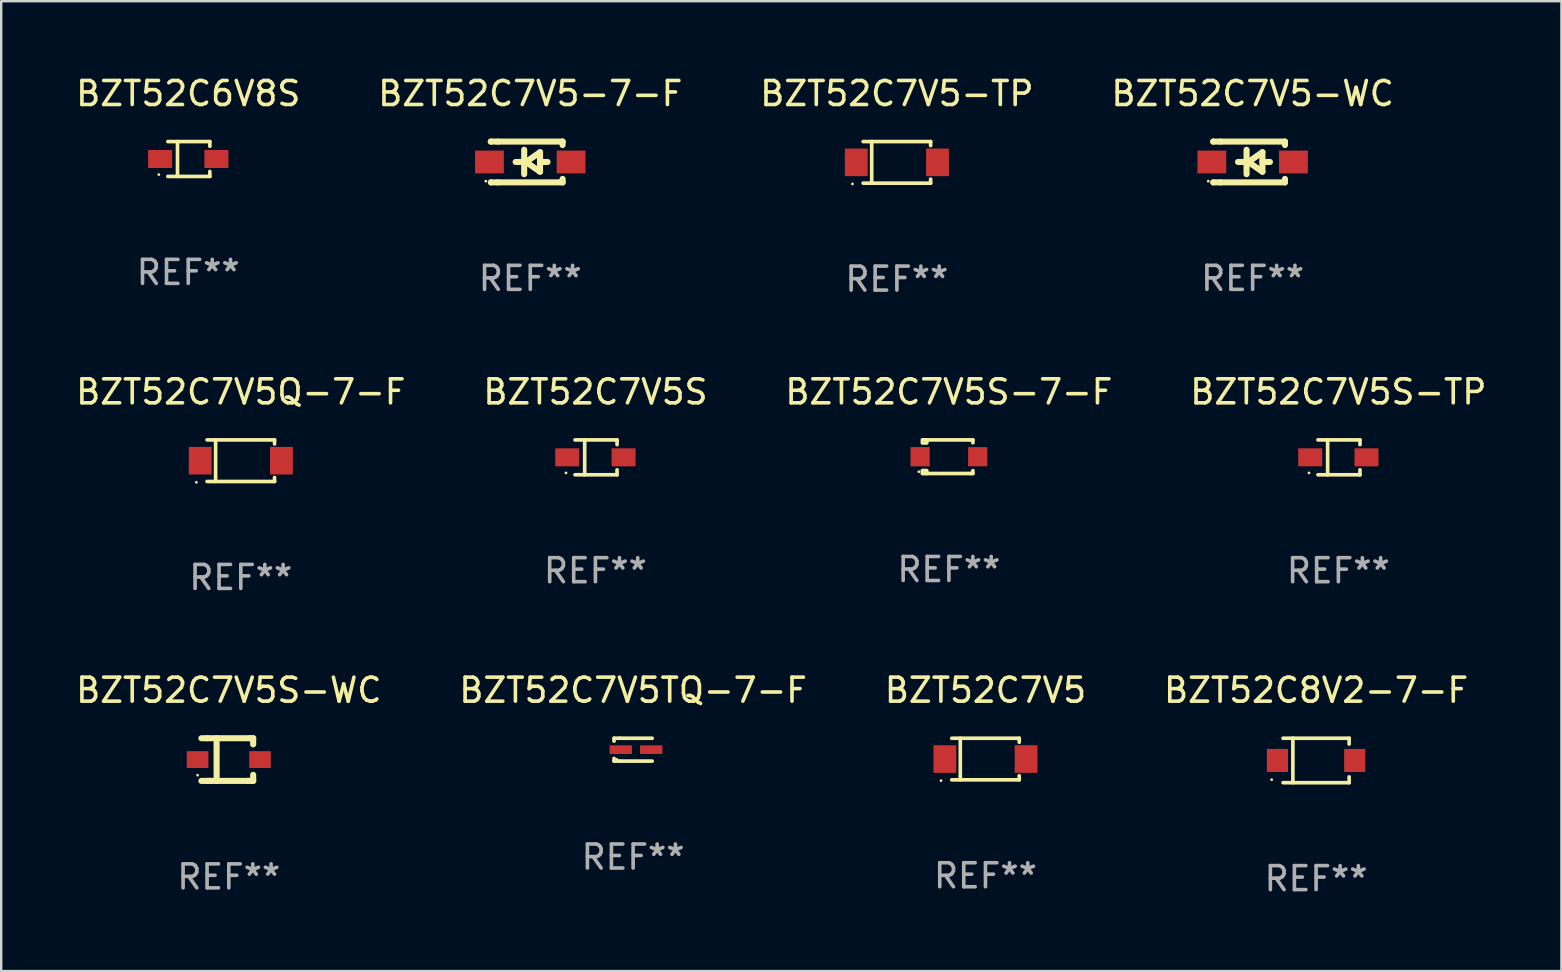
<source format=kicad_pcb>
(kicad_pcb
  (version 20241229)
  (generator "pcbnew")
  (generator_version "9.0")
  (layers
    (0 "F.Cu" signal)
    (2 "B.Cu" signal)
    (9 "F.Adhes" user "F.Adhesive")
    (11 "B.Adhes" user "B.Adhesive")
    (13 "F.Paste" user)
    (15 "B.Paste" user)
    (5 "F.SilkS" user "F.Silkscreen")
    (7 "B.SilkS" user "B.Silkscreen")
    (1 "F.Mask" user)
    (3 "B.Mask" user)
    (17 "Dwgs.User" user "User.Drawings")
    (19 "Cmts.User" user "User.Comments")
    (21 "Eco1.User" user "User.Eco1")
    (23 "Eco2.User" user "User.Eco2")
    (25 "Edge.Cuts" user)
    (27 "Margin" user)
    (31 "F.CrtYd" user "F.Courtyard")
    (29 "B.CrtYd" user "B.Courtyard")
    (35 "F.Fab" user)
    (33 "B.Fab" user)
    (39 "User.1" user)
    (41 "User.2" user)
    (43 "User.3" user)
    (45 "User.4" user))
  (footprint "BZT52C8V2-7-F"
    (layer "F.Cu")
    (at 51.78 28.632)
    (property "Reference" "BZT52C8V2-7-F" (at 0 -2.926 0) (layer "F.SilkS") (effects (font (size 1 1) (thickness 0.15))))
    (attr through_hole)
    (fp_line (start -1.376 -0.926) (end 1.376 -0.926) (stroke (width 0.152) (type solid)) (layer "F.SilkS"))
    (fp_line (start -1.376 0.926) (end 1.376 0.926) (stroke (width 0.152) (type solid)) (layer "F.SilkS"))
    (fp_line (start -0.967 -0.926) (end -0.967 0.926) (stroke (width 0.152) (type solid)) (layer "F.SilkS"))
    (fp_line (start 1.376 -0.926) (end 1.376 -0.683) (stroke (width 0.152) (type solid)) (layer "F.SilkS"))
    (fp_line (start 1.376 0.926) (end 1.376 0.683) (stroke (width 0.152) (type solid)) (layer "F.SilkS"))
    (fp_circle (center -1.851 0.8) (end -1.821 0.8) (stroke (width 0.06) (type solid)) (fill no) (layer "F.SilkS"))
    (fp_text user "REF**" (at 0 4.926 0) (layer "F.Fab") (effects (font (size 1 1) (thickness 0.15))))
    (pad "1" smd rect (at -1.61 0.000102) (size 0.88 0.96) (layers "F.Cu" "F.Mask" "F.Paste"))
    (pad "2" smd rect (at 1.61 0.000102) (size 0.88 0.96) (layers "F.Cu" "F.Mask" "F.Paste")))
  (footprint "BZT52C7V5S"
    (layer "F.Cu")
    (at 21.756 16.003)
    (property "Reference" "BZT52C7V5S" (at 0 -2.726 0) (layer "F.SilkS") (effects (font (size 1 1) (thickness 0.15))))
    (attr through_hole)
    (fp_line (start -0.851 -0.726) (end 0.901 -0.726) (stroke (width 0.152) (type solid)) (layer "F.SilkS"))
    (fp_line (start -0.851 0.726) (end 0.901 0.726) (stroke (width 0.152) (type solid)) (layer "F.SilkS"))
    (fp_line (start -0.447 -0.726) (end -0.447 0.726) (stroke (width 0.152) (type solid)) (layer "F.SilkS"))
    (fp_line (start 0.901 -0.726) (end 0.901 -0.53) (stroke (width 0.152) (type solid)) (layer "F.SilkS"))
    (fp_line (start 0.901 0.726) (end 0.901 0.52) (stroke (width 0.152) (type solid)) (layer "F.SilkS"))
    (fp_circle (center -1.225 0.65) (end -1.195 0.65) (stroke (width 0.06) (type solid)) (fill no) (layer "F.SilkS"))
    (fp_text user "REF**" (at 0 4.726 0) (layer "F.Fab") (effects (font (size 1 1) (thickness 0.15))))
    (pad "1" smd rect (at -1.173 0) (size 1 0.75) (layers "F.Cu" "F.Mask" "F.Paste"))
    (pad "2" smd rect (at 1.173 0) (size 1 0.75) (layers "F.Cu" "F.Mask" "F.Paste")))
  (footprint "BZT52C7V5S-7-F"
    (layer "F.Cu")
    (at 36.482 15.977)
    (property "Reference" "BZT52C7V5S-7-F" (at 0 -2.7 0) (layer "F.SilkS") (effects (font (size 1 1) (thickness 0.15))))
    (attr through_hole)
    (fp_line (start -1.1 -0.7) (end -1.1 -0.58) (stroke (width 0.152) (type solid)) (layer "F.SilkS"))
    (fp_line (start -1.1 0.58) (end -1.1 0.7) (stroke (width 0.152) (type solid)) (layer "F.SilkS"))
    (fp_line (start -1.1 0.58) (end -0.927 0.58) (stroke (width 0.152) (type solid)) (layer "F.SilkS"))
    (fp_line (start -1.1 0.7) (end 0.9 0.7) (stroke (width 0.152) (type solid)) (layer "F.SilkS"))
    (fp_line (start -1.014 -0.58) (end -1.014 -0.7) (stroke (width 0.152) (type solid)) (layer "F.SilkS"))
    (fp_line (start -1.014 0.7) (end -1.014 0.58) (stroke (width 0.152) (type solid)) (layer "F.SilkS"))
    (fp_line (start -0.927 -0.7) (end -0.927 -0.58) (stroke (width 0.152) (type solid)) (layer "F.SilkS"))
    (fp_line (start -0.927 -0.58) (end -1.1 -0.58) (stroke (width 0.152) (type solid)) (layer "F.SilkS"))
    (fp_line (start -0.927 0.58) (end -0.927 0.7) (stroke (width 0.152) (type solid)) (layer "F.SilkS"))
    (fp_line (start 0.9 -0.7) (end -1.1 -0.7) (stroke (width 0.152) (type solid)) (layer "F.SilkS"))
    (fp_line (start 0.9 0.7) (end 1 0.7) (stroke (width 0.152) (type solid)) (layer "F.SilkS"))
    (fp_line (start 1 -0.7) (end 0.9 -0.7) (stroke (width 0.152) (type solid)) (layer "F.SilkS"))
    (fp_line (start 1 -0.58) (end 1 -0.7) (stroke (width 0.152) (type solid)) (layer "F.SilkS"))
    (fp_line (start 1 0.7) (end 1 0.58) (stroke (width 0.152) (type solid)) (layer "F.SilkS"))
    (fp_circle (center -1.25 0.625) (end -1.22 0.625) (stroke (width 0.06) (type solid)) (fill no) (layer "F.SilkS"))
    (fp_text user "REF**" (at 0 4.7 0) (layer "F.Fab") (effects (font (size 1 1) (thickness 0.15))))
    (pad "1" smd rect (at -1.2 0) (size 0.8 0.8) (layers "F.Cu" "F.Mask" "F.Paste"))
    (pad "2" smd rect (at 1.2 0) (size 0.8 0.8) (layers "F.Cu" "F.Mask" "F.Paste")))
  (footprint "BZT52C7V5TQ-7-F"
    (layer "F.Cu")
    (at 23.327 28.182)
    (property "Reference" "BZT52C7V5TQ-7-F" (at 0 -2.476 0) (layer "F.SilkS") (effects (font (size 1 1) (thickness 0.15))))
    (attr through_hole)
    (fp_line (start -0.795 -0.476) (end -0.795 -0.356) (stroke (width 0.152) (type solid)) (layer "F.SilkS"))
    (fp_line (start -0.795 0.363) (end -0.795 0.476) (stroke (width 0.152) (type solid)) (layer "F.SilkS"))
    (fp_line (start -0.795 0.476) (end -0.557 0.476) (stroke (width 0.152) (type solid)) (layer "F.SilkS"))
    (fp_line (start -0.557 -0.476) (end -0.795 -0.476) (stroke (width 0.152) (type solid)) (layer "F.SilkS"))
    (fp_line (start -0.557 -0.476) (end 0.795 -0.476) (stroke (width 0.152) (type solid)) (layer "F.SilkS"))
    (fp_line (start -0.557 0.476) (end 0.795 0.476) (stroke (width 0.152) (type solid)) (layer "F.SilkS"))
    (fp_circle (center -0.681 0.4) (end -0.651 0.4) (stroke (width 0.06) (type solid)) (fill no) (layer "F.SilkS"))
    (fp_text user "REF**" (at 0 4.476 0) (layer "F.Fab") (effects (font (size 1 1) (thickness 0.15))))
    (pad "1" smd rect (at -0.516 0 180) (size 0.93 0.36) (layers "F.Cu" "F.Mask" "F.Paste"))
    (pad "2" smd rect (at 0.754 0 180) (size 0.93 0.36) (layers "F.Cu" "F.Mask" "F.Paste")))
  (footprint "BZT52C7V5S-TP"
    (layer "F.Cu")
    (at 52.708 16.003)
    (property "Reference" "BZT52C7V5S-TP" (at 0 -2.726 0) (layer "F.SilkS") (effects (font (size 1 1) (thickness 0.15))))
    (attr through_hole)
    (fp_line (start -0.851 -0.726) (end 0.901 -0.726) (stroke (width 0.152) (type solid)) (layer "F.SilkS"))
    (fp_line (start -0.851 0.726) (end 0.901 0.726) (stroke (width 0.152) (type solid)) (layer "F.SilkS"))
    (fp_line (start -0.447 -0.726) (end -0.447 0.726) (stroke (width 0.152) (type solid)) (layer "F.SilkS"))
    (fp_line (start 0.901 -0.726) (end 0.901 -0.53) (stroke (width 0.152) (type solid)) (layer "F.SilkS"))
    (fp_line (start 0.901 0.726) (end 0.901 0.52) (stroke (width 0.152) (type solid)) (layer "F.SilkS"))
    (fp_circle (center -1.225 0.65) (end -1.195 0.65) (stroke (width 0.06) (type solid)) (fill no) (layer "F.SilkS"))
    (fp_text user "REF**" (at 0 4.726 0) (layer "F.Fab") (effects (font (size 1 1) (thickness 0.15))))
    (pad "1" smd rect (at -1.173 0) (size 1 0.75) (layers "F.Cu" "F.Mask" "F.Paste"))
    (pad "2" smd rect (at 1.173 0) (size 1 0.75) (layers "F.Cu" "F.Mask" "F.Paste")))
  (footprint "BZT52C7V5S-WC"
    (layer "F.Cu")
    (at 6.482 28.595)
    (property "Reference" "BZT52C7V5S-WC" (at 0 -2.889 0) (layer "F.SilkS") (effects (font (size 1 1) (thickness 0.15))))
    (attr through_hole)
    (fp_line (start -0.889 -0.889) (end -1.143 -0.889) (stroke (width 0.254) (type solid)) (layer "F.SilkS"))
    (fp_line (start -0.889 -0.889) (end 0.889 -0.889) (stroke (width 0.254) (type solid)) (layer "F.SilkS"))
    (fp_line (start -0.889 0.889) (end 0.889 0.889) (stroke (width 0.254) (type solid)) (layer "F.SilkS"))
    (fp_line (start -0.728 0.889) (end -1.143 0.889) (stroke (width 0.254) (type solid)) (layer "F.SilkS"))
    (fp_line (start -0.508 -0.889) (end -0.508 0.889) (stroke (width 0.254) (type solid)) (layer "F.SilkS"))
    (fp_line (start 0.763 0.889) (end 1.016 0.889) (stroke (width 0.254) (type solid)) (layer "F.SilkS"))
    (fp_line (start 0.889 -0.889) (end 1.016 -0.889) (stroke (width 0.254) (type solid)) (layer "F.SilkS"))
    (fp_line (start 1.016 -0.889) (end 1.016 -0.635) (stroke (width 0.254) (type solid)) (layer "F.SilkS"))
    (fp_line (start 1.016 0.889) (end 1.016 0.635) (stroke (width 0.254) (type solid)) (layer "F.SilkS"))
    (fp_circle (center -1.3 0.65) (end -1.27 0.65) (stroke (width 0.06) (type solid)) (fill no) (layer "F.SilkS"))
    (fp_text user "REF**" (at 0 4.889 0) (layer "F.Fab") (effects (font (size 1 1) (thickness 0.15))))
    (pad "1" smd rect (at -1.3 0) (size 0.9 0.7) (layers "F.Cu" "F.Mask" "F.Paste"))
    (pad "2" smd rect (at 1.3 0) (size 0.9 0.7) (layers "F.Cu" "F.Mask" "F.Paste")))
  (footprint "BZT52C7V5"
    (layer "F.Cu")
    (at 38.006 28.572)
    (property "Reference" "BZT52C7V5" (at 0 -2.866 0) (layer "F.SilkS") (effects (font (size 1 1) (thickness 0.15))))
    (attr through_hole)
    (fp_line (start -1.406 -0.866) (end 1.406 -0.866) (stroke (width 0.152) (type solid)) (layer "F.SilkS"))
    (fp_line (start -1.406 0.866) (end 1.406 0.866) (stroke (width 0.152) (type solid)) (layer "F.SilkS"))
    (fp_line (start -1.049 -0.866) (end -1.049 0.866) (stroke (width 0.152) (type solid)) (layer "F.SilkS"))
    (fp_line (start 1.406 -0.866) (end 1.406 -0.698) (stroke (width 0.152) (type solid)) (layer "F.SilkS"))
    (fp_line (start 1.406 0.866) (end 1.406 0.698) (stroke (width 0.152) (type solid)) (layer "F.SilkS"))
    (fp_circle (center -1.851 0.9) (end -1.821 0.9) (stroke (width 0.06) (type solid)) (fill no) (layer "F.SilkS"))
    (fp_text user "REF**" (at 0 4.866 0) (layer "F.Fab") (effects (font (size 1 1) (thickness 0.15))))
    (pad "1" smd rect (at -1.692 0) (size 0.95 1.15) (layers "F.Cu" "F.Mask" "F.Paste"))
    (pad "2" smd rect (at 1.692 0) (size 0.95 1.15) (layers "F.Cu" "F.Mask" "F.Paste")))
  (footprint "BZT52C7V5-TP"
    (layer "F.Cu")
    (at 34.315 3.714)
    (property "Reference" "BZT52C7V5-TP" (at 0 -2.866 0) (layer "F.SilkS") (effects (font (size 1 1) (thickness 0.15))))
    (attr through_hole)
    (fp_line (start -1.406 -0.866) (end 1.406 -0.866) (stroke (width 0.152) (type solid)) (layer "F.SilkS"))
    (fp_line (start -1.406 0.866) (end 1.406 0.866) (stroke (width 0.152) (type solid)) (layer "F.SilkS"))
    (fp_line (start -1.049 -0.866) (end -1.049 0.866) (stroke (width 0.152) (type solid)) (layer "F.SilkS"))
    (fp_line (start 1.406 -0.866) (end 1.406 -0.698) (stroke (width 0.152) (type solid)) (layer "F.SilkS"))
    (fp_line (start 1.406 0.866) (end 1.406 0.698) (stroke (width 0.152) (type solid)) (layer "F.SilkS"))
    (fp_circle (center -1.851 0.9) (end -1.821 0.9) (stroke (width 0.06) (type solid)) (fill no) (layer "F.SilkS"))
    (fp_text user "REF**" (at 0 4.866 0) (layer "F.Fab") (effects (font (size 1 1) (thickness 0.15))))
    (pad "1" smd rect (at -1.692 0) (size 0.95 1.15) (layers "F.Cu" "F.Mask" "F.Paste"))
    (pad "2" smd rect (at 1.692 0) (size 0.95 1.15) (layers "F.Cu" "F.Mask" "F.Paste")))
  (footprint "BZT52C6V8S"
    (layer "F.Cu")
    (at 4.792 3.574)
    (property "Reference" "BZT52C6V8S" (at 0 -2.726 0) (layer "F.SilkS") (effects (font (size 1 1) (thickness 0.15))))
    (attr through_hole)
    (fp_line (start -0.851 -0.726) (end 0.901 -0.726) (stroke (width 0.152) (type solid)) (layer "F.SilkS"))
    (fp_line (start -0.851 0.726) (end 0.901 0.726) (stroke (width 0.152) (type solid)) (layer "F.SilkS"))
    (fp_line (start -0.447 -0.726) (end -0.447 0.726) (stroke (width 0.152) (type solid)) (layer "F.SilkS"))
    (fp_line (start 0.901 -0.726) (end 0.901 -0.53) (stroke (width 0.152) (type solid)) (layer "F.SilkS"))
    (fp_line (start 0.901 0.726) (end 0.901 0.52) (stroke (width 0.152) (type solid)) (layer "F.SilkS"))
    (fp_circle (center -1.225 0.65) (end -1.195 0.65) (stroke (width 0.06) (type solid)) (fill no) (layer "F.SilkS"))
    (fp_text user "REF**" (at 0 4.726 0) (layer "F.Fab") (effects (font (size 1 1) (thickness 0.15))))
    (pad "1" smd rect (at -1.173 0) (size 1 0.75) (layers "F.Cu" "F.Mask" "F.Paste"))
    (pad "2" smd rect (at 1.173 0) (size 1 0.75) (layers "F.Cu" "F.Mask" "F.Paste")))
  (footprint "BZT52C7V5Q-7-F"
    (layer "F.Cu")
    (at 6.982 16.143)
    (property "Reference" "BZT52C7V5Q-7-F" (at 0 -2.866 0) (layer "F.SilkS") (effects (font (size 1 1) (thickness 0.15))))
    (attr through_hole)
    (fp_line (start -1.406 -0.866) (end 1.406 -0.866) (stroke (width 0.152) (type solid)) (layer "F.SilkS"))
    (fp_line (start -1.406 0.866) (end 1.406 0.866) (stroke (width 0.152) (type solid)) (layer "F.SilkS"))
    (fp_line (start -1.049 -0.866) (end -1.049 0.866) (stroke (width 0.152) (type solid)) (layer "F.SilkS"))
    (fp_line (start 1.406 -0.866) (end 1.406 -0.698) (stroke (width 0.152) (type solid)) (layer "F.SilkS"))
    (fp_line (start 1.406 0.866) (end 1.406 0.698) (stroke (width 0.152) (type solid)) (layer "F.SilkS"))
    (fp_circle (center -1.851 0.9) (end -1.821 0.9) (stroke (width 0.06) (type solid)) (fill no) (layer "F.SilkS"))
    (fp_text user "REF**" (at 0 4.866 0) (layer "F.Fab") (effects (font (size 1 1) (thickness 0.15))))
    (pad "1" smd rect (at -1.692 0) (size 0.95 1.15) (layers "F.Cu" "F.Mask" "F.Paste"))
    (pad "2" smd rect (at 1.692 0) (size 0.95 1.15) (layers "F.Cu" "F.Mask" "F.Paste")))
  (footprint "BZT52C7V5-7-F"
    (layer "F.Cu")
    (at 19.042 3.698)
    (property "Reference" "BZT52C7V5-7-F" (at 0 -2.85 0) (layer "F.SilkS") (effects (font (size 1 1) (thickness 0.15))))
    (attr through_hole)
    (fp_line (start -1.643 -0.85) (end -1.644 -0.849) (stroke (width 0.254) (type solid)) (layer "F.SilkS"))
    (fp_line (start -1.638 0.85) (end -1.639 0.849) (stroke (width 0.254) (type solid)) (layer "F.SilkS"))
    (fp_line (start -1.346 -0.85) (end -1.643 -0.85) (stroke (width 0.254) (type solid)) (layer "F.SilkS"))
    (fp_line (start -1.346 -0.85) (end 1.346 -0.85) (stroke (width 0.254) (type solid)) (layer "F.SilkS"))
    (fp_line (start -1.346 0.85) (end -1.638 0.85) (stroke (width 0.254) (type solid)) (layer "F.SilkS"))
    (fp_line (start -0.28 0) (end -0.61 0) (stroke (width 0.254) (type solid)) (layer "F.SilkS"))
    (fp_line (start -0.254 -0.508) (end -0.254 0.508) (stroke (width 0.254) (type solid)) (layer "F.SilkS"))
    (fp_line (start -0.178 0) (end 0.406 -0.406) (stroke (width 0.254) (type solid)) (layer "F.SilkS"))
    (fp_line (start 0.406 -0.406) (end 0.406 0.406) (stroke (width 0.254) (type solid)) (layer "F.SilkS"))
    (fp_line (start 0.406 -0.000254) (end 0.72 -0.000254) (stroke (width 0.254) (type solid)) (layer "F.SilkS"))
    (fp_line (start 0.406 0.406) (end -0.178 0) (stroke (width 0.254) (type solid)) (layer "F.SilkS"))
    (fp_line (start 1.346 -0.85) (end 1.346 -0.706) (stroke (width 0.254) (type solid)) (layer "F.SilkS"))
    (fp_line (start 1.346 0.706) (end 1.346 0.85) (stroke (width 0.254) (type solid)) (layer "F.SilkS"))
    (fp_line (start 1.346 0.85) (end -1.346 0.85) (stroke (width 0.254) (type solid)) (layer "F.SilkS"))
    (fp_circle (center -1.85 0.8) (end -1.82 0.8) (stroke (width 0.06) (type solid)) (fill no) (layer "F.SilkS"))
    (fp_text user "REF**" (at 0 4.85 0) (layer "F.Fab") (effects (font (size 1 1) (thickness 0.15))))
    (pad "1" smd rect (at -1.7 0) (size 1.2 0.95) (layers "F.Cu" "F.Mask" "F.Paste"))
    (pad "2" smd rect (at 1.7 0) (size 1.2 0.95) (layers "F.Cu" "F.Mask" "F.Paste")))
  (footprint "BZT52C7V5-WC"
    (layer "F.Cu")
    (at 49.137 3.698)
    (property "Reference" "BZT52C7V5-WC" (at 0 -2.85 0) (layer "F.SilkS") (effects (font (size 1 1) (thickness 0.15))))
    (attr through_hole)
    (fp_line (start -1.643 -0.85) (end -1.644 -0.849) (stroke (width 0.254) (type solid)) (layer "F.SilkS"))
    (fp_line (start -1.638 0.85) (end -1.639 0.849) (stroke (width 0.254) (type solid)) (layer "F.SilkS"))
    (fp_line (start -1.346 -0.85) (end -1.643 -0.85) (stroke (width 0.254) (type solid)) (layer "F.SilkS"))
    (fp_line (start -1.346 -0.85) (end 1.346 -0.85) (stroke (width 0.254) (type solid)) (layer "F.SilkS"))
    (fp_line (start -1.346 0.85) (end -1.638 0.85) (stroke (width 0.254) (type solid)) (layer "F.SilkS"))
    (fp_line (start -0.28 0) (end -0.61 0) (stroke (width 0.254) (type solid)) (layer "F.SilkS"))
    (fp_line (start -0.254 -0.508) (end -0.254 0.508) (stroke (width 0.254) (type solid)) (layer "F.SilkS"))
    (fp_line (start -0.178 0) (end 0.406 -0.406) (stroke (width 0.254) (type solid)) (layer "F.SilkS"))
    (fp_line (start 0.406 -0.406) (end 0.406 0.406) (stroke (width 0.254) (type solid)) (layer "F.SilkS"))
    (fp_line (start 0.406 -0.000254) (end 0.72 -0.000254) (stroke (width 0.254) (type solid)) (layer "F.SilkS"))
    (fp_line (start 0.406 0.406) (end -0.178 0) (stroke (width 0.254) (type solid)) (layer "F.SilkS"))
    (fp_line (start 1.346 -0.85) (end 1.346 -0.706) (stroke (width 0.254) (type solid)) (layer "F.SilkS"))
    (fp_line (start 1.346 0.706) (end 1.346 0.85) (stroke (width 0.254) (type solid)) (layer "F.SilkS"))
    (fp_line (start 1.346 0.85) (end -1.346 0.85) (stroke (width 0.254) (type solid)) (layer "F.SilkS"))
    (fp_circle (center -1.85 0.8) (end -1.82 0.8) (stroke (width 0.06) (type solid)) (fill no) (layer "F.SilkS"))
    (fp_text user "REF**" (at 0 4.85 0) (layer "F.Fab") (effects (font (size 1 1) (thickness 0.15))))
    (pad "1" smd rect (at -1.7 0) (size 1.2 0.95) (layers "F.Cu" "F.Mask" "F.Paste"))
    (pad "2" smd rect (at 1.7 0) (size 1.2 0.95) (layers "F.Cu" "F.Mask" "F.Paste")))
  (gr_rect
    (start -3 -3)
    (end 62 37.407)
    (stroke (width 0.1) (type default))
    (fill no)
    (layer "Edge.Cuts")))
</source>
